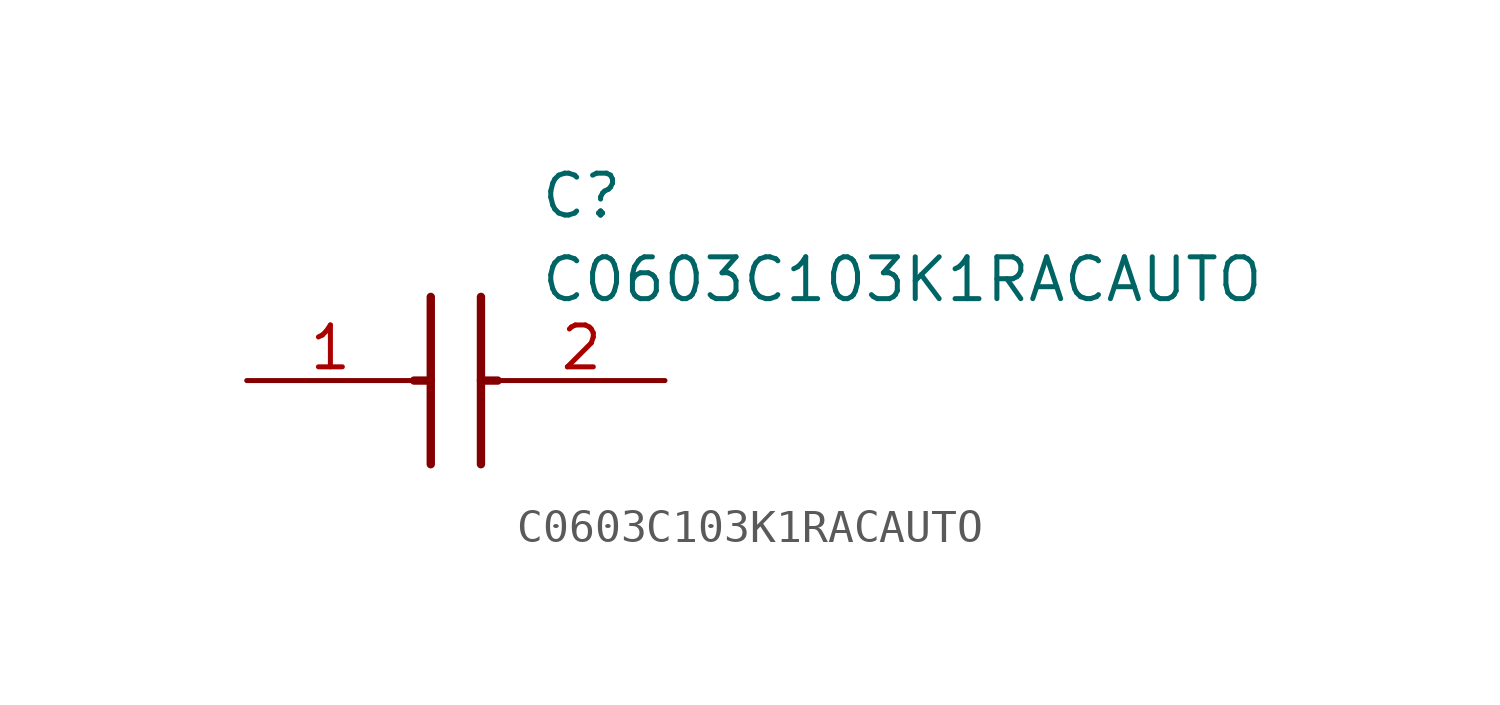
<source format=kicad_sym>
(kicad_symbol_lib
  (version 20211014)
  (generator SamacSys_ECAD_Model)
  (symbol "C0603C103K1RACAUTO"
    (pin_names hide)
    (property "Reference" "C"
      (at 8.89 6.35 0)
      (effects (font (size 1.27 1.27)) (justify left top)))
    (property "Value" "C0603C103K1RACAUTO"
      (at 8.89 3.81 0)
      (effects (font (size 1.27 1.27)) (justify left top)))
    (polyline
      (pts (xy 5.588 2.54) (xy 5.588 -2.54))
      (stroke (width 0.254) (type default))
      (fill (type none)))
    (polyline
      (pts (xy 7.112 2.54) (xy 7.112 -2.54))
      (stroke (width 0.254) (type default))
      (fill (type none)))
    (polyline
      (pts (xy 5.08 0) (xy 5.588 0))
      (stroke (width 0.254) (type default))
      (fill (type none)))
    (polyline
      (pts (xy 7.112 0) (xy 7.62 0))
      (stroke (width 0.254) (type default))
      (fill (type none)))
    (pin passive line
      (at 0 0 0)
      (length 5.08)
      (name "1" (effects (font (size 1.27 1.27))))
      (number "1" (effects (font (size 1.27 1.27)))))
    (pin passive line
      (at 12.7 0 180)
      (length 5.08)
      (name "2" (effects (font (size 1.27 1.27))))
      (number "2" (effects (font (size 1.27 1.27)))))))
</source>
